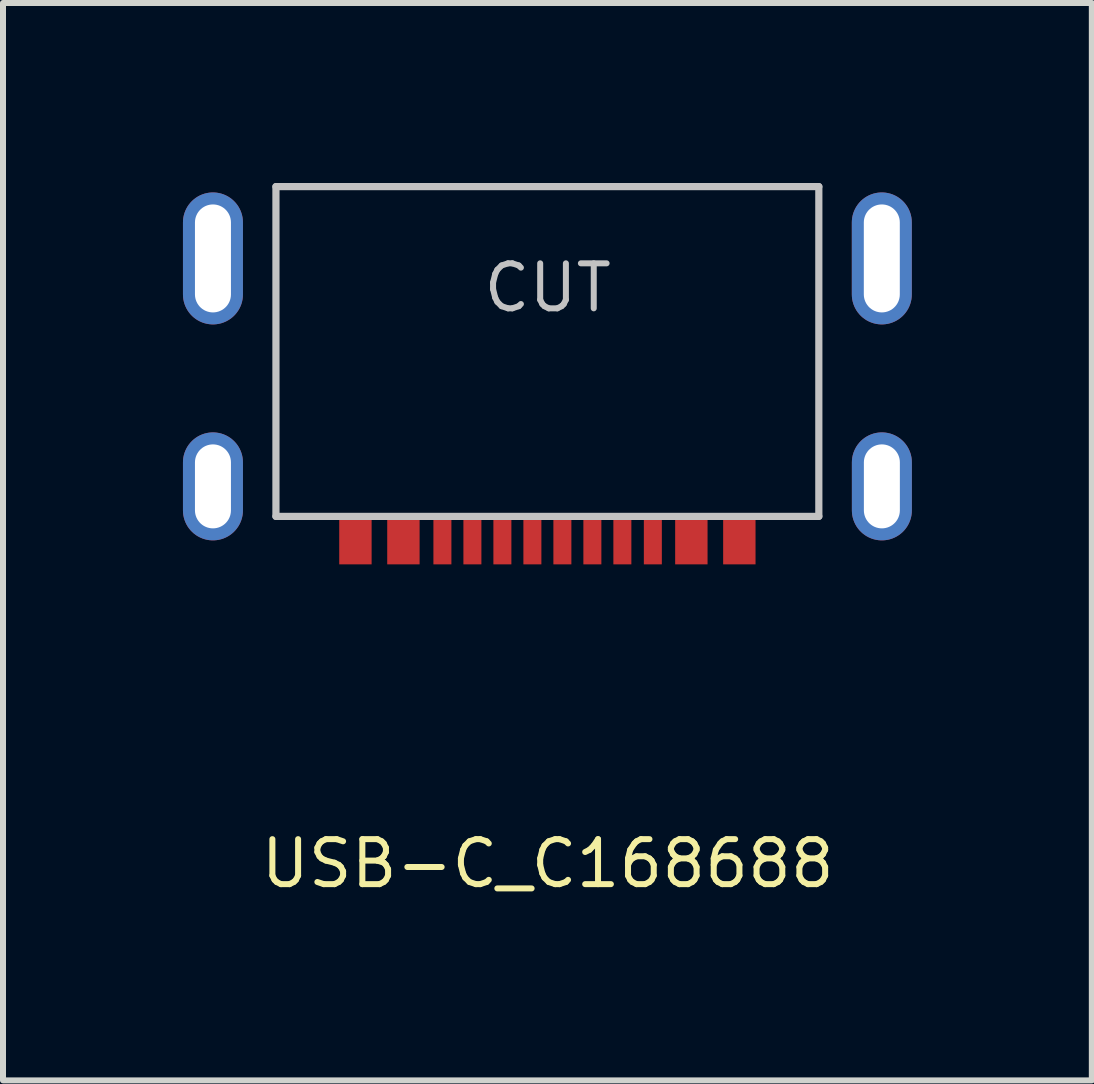
<source format=kicad_pcb>
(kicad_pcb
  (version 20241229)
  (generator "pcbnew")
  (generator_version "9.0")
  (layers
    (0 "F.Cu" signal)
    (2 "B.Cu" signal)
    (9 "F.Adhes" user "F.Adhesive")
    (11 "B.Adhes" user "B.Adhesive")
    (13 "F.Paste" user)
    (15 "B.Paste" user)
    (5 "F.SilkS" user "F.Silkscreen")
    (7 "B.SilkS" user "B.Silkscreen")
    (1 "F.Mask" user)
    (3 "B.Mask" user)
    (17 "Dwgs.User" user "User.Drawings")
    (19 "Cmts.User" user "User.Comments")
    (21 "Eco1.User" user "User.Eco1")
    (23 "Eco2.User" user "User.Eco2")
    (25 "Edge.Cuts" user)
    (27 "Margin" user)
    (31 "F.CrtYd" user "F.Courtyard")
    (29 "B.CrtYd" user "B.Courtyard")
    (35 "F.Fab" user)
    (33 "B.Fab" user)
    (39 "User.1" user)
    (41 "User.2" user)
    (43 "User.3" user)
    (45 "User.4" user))
  (footprint "USB-C_C168688"
    (layer "F.Cu")
    (at 6.08 5.558)
    (property "Reference" "USB-C_C168688" (at 0 5.789 0) (layer "F.SilkS") (effects (font (size 0.75 0.75) (thickness 0.1))))
    (attr through_hole)
    (fp_line (start -4.53 -5.497) (end -4.53 0) (stroke (width 0.12) (type solid)) (layer "Dwgs.User"))
    (fp_line (start -4.53 -5.497) (end 4.52 -5.497) (stroke (width 0.12) (type solid)) (layer "Dwgs.User"))
    (fp_line (start -4.53 0) (end 4.52 0) (stroke (width 0.12) (type solid)) (layer "Dwgs.User"))
    (fp_line (start 4.52 -5.497) (end 4.52 0) (stroke (width 0.12) (type solid)) (layer "Dwgs.User"))
    (fp_text user "CUT" (at 0 -3.81 0) (layer "Dwgs.User") (effects (font (size 0.75 0.75) (thickness 0.1))))
    (pad "A1" smd rect (at -3.205 0.4) (size 0.54 0.8) (layers "F.Cu" "F.Mask" "F.Paste"))
    (pad "A1" smd rect (at 3.195 0.4) (size 0.54 0.8) (layers "F.Cu" "F.Mask" "F.Paste"))
    (pad "A4" smd rect (at -2.405 0.4) (size 0.54 0.8) (layers "F.Cu" "F.Mask" "F.Paste"))
    (pad "A4" smd rect (at 2.395 0.4) (size 0.54 0.8) (layers "F.Cu" "F.Mask" "F.Paste"))
    (pad "A5" smd rect (at 1.245 0.4) (size 0.3 0.8) (layers "F.Cu" "F.Mask" "F.Paste"))
    (pad "A6" smd rect (at 0.245 0.4) (size 0.3 0.8) (layers "F.Cu" "F.Mask" "F.Paste"))
    (pad "A7" smd rect (at -0.255 0.4) (size 0.3 0.8) (layers "F.Cu" "F.Mask" "F.Paste"))
    (pad "A8" smd rect (at -1.255 0.4) (size 0.3 0.8) (layers "F.Cu" "F.Mask" "F.Paste"))
    (pad "B5" smd rect (at -1.755 0.4) (size 0.3 0.8) (layers "F.Cu" "F.Mask" "F.Paste"))
    (pad "B6" smd rect (at -0.755 0.4) (size 0.3 0.8) (layers "F.Cu" "F.Mask" "F.Paste"))
    (pad "B7" smd rect (at 0.745 0.4) (size 0.3 0.8) (layers "F.Cu" "F.Mask" "F.Paste"))
    (pad "B8" smd rect (at 1.753 0.4) (size 0.3 0.8) (layers "F.Cu" "F.Mask" "F.Paste"))
    (pad "S1" thru_hole oval (at -5.58 -4.3) (size 1 2.2) (drill oval 0.6 1.8) (layers "*.Cu" "*.Mask" "F.Paste"))
    (pad "S1" thru_hole oval (at -5.58 -0.5) (size 1 1.8) (drill oval 0.6 1.4) (layers "*.Cu" "*.Mask" "F.Paste"))
    (pad "S1" thru_hole oval (at 5.57 -4.3) (size 1 2.2) (drill oval 0.6 1.8) (layers "*.Cu" "*.Mask" "F.Paste"))
    (pad "S1" thru_hole oval (at 5.571 -0.5) (size 1 1.8) (drill oval 0.6 1.4) (layers "*.Cu" "*.Mask" "F.Paste")))
  (gr_rect
    (start -3 -3)
    (end 15.151 14.96)
    (stroke (width 0.1) (type default))
    (fill no)
    (layer "Edge.Cuts")))
</source>
